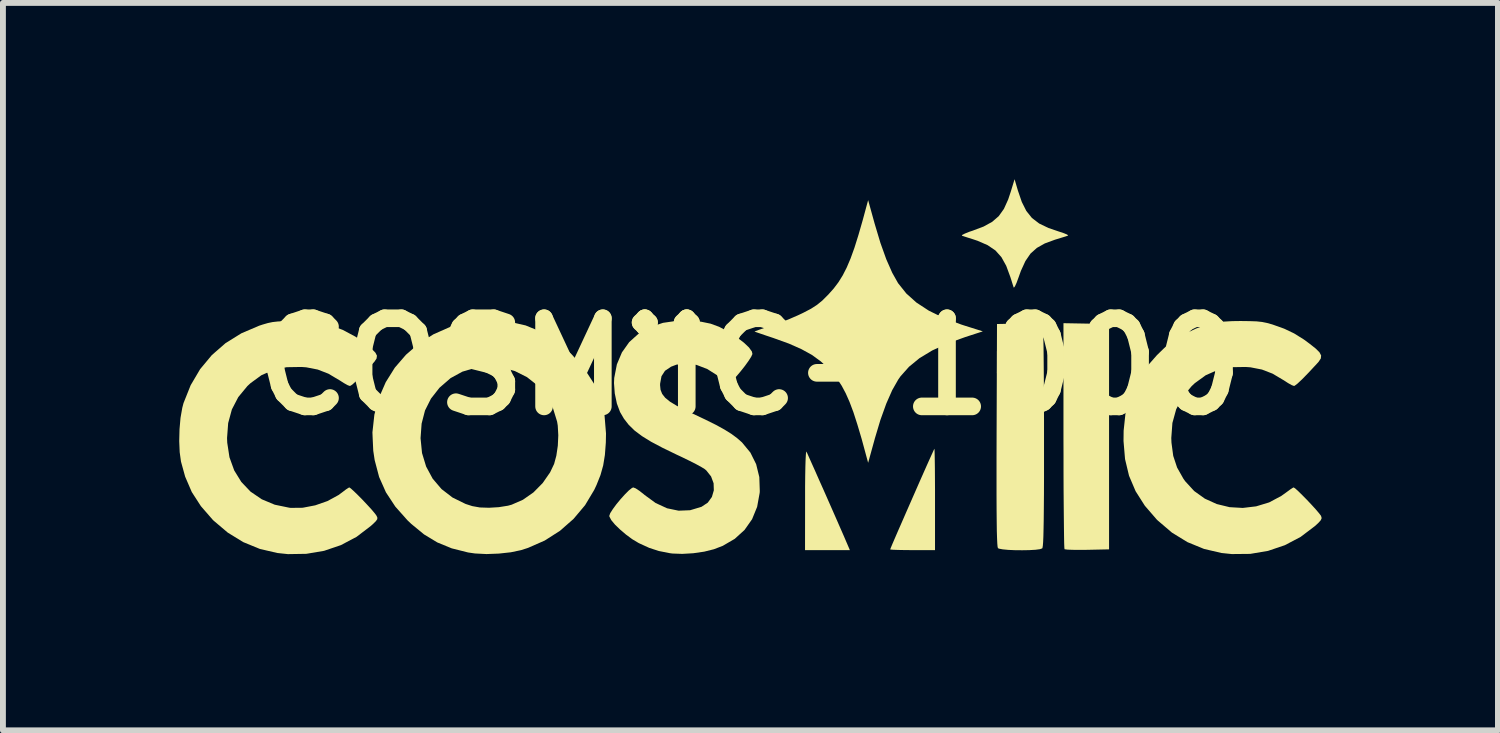
<source format=kicad_pcb>
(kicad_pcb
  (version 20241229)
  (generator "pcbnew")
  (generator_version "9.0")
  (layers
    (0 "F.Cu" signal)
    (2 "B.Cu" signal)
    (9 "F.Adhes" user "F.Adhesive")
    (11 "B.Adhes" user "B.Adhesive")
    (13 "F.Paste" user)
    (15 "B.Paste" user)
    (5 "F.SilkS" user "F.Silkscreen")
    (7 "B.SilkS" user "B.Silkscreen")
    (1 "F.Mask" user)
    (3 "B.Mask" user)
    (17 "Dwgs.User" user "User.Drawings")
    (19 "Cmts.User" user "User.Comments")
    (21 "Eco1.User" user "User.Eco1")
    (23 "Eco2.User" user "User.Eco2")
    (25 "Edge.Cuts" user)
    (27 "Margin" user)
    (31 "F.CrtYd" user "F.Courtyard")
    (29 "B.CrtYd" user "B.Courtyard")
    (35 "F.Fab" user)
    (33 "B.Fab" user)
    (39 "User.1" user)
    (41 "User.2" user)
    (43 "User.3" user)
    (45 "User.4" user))
  (footprint "COSMiiC-1000"
    (layer "F.Cu")
    (at 9.709 3.188)
    (property "Reference" "COSMiiC-1000" (at 0 0 0) (layer "F.SilkS") (effects (font (size 1.5 1.5) (thickness 0.3))))
    (attr board_only exclude_from_pos_files exclude_from_bom)
    (fp_poly (pts (xy 5.727 -0.731) (xy 6.115 -0.724) (xy 6.115 1.194) (xy 6.115 3.111) (xy 5.745 3.119) (xy 5.612 3.12) (xy 5.498 3.119) (xy 5.412 3.116) (xy 5.364 3.11) (xy 5.357 3.108) (xy 5.354 3.08) (xy 5.351 3.006) (xy 5.349 2.889) (xy 5.347 2.732) (xy 5.345 2.541) (xy 5.343 2.319) (xy 5.341 2.07) (xy 5.34 1.798) (xy 5.34 1.506) (xy 5.339 1.2) (xy 5.339 1.176) (xy 5.339 -0.738)) (stroke (width 0) (type solid)) (fill yes) (layer "F.SilkS"))
    (fp_poly (pts (xy 0.979 1.477) (xy 1.01 1.547) (xy 1.056 1.65) (xy 1.114 1.779) (xy 1.18 1.929) (xy 1.253 2.092) (xy 1.328 2.262) (xy 1.403 2.432) (xy 1.475 2.596) (xy 1.541 2.747) (xy 1.599 2.879) (xy 1.644 2.984) (xy 1.669 3.042) (xy 1.704 3.124) (xy 1.322 3.124) (xy 0.941 3.124) (xy 0.942 2.267) (xy 0.942 2.049) (xy 0.944 1.858) (xy 0.947 1.698) (xy 0.951 1.574) (xy 0.956 1.49) (xy 0.961 1.45) (xy 0.965 1.448)) (stroke (width 0) (type solid)) (fill yes) (layer "F.SilkS"))
    (fp_poly (pts (xy 3.145 1.421) (xy 3.147 1.488) (xy 3.149 1.594) (xy 3.151 1.734) (xy 3.152 1.902) (xy 3.153 2.092) (xy 3.153 2.256) (xy 3.153 3.124) (xy 2.771 3.124) (xy 2.639 3.123) (xy 2.526 3.121) (xy 2.442 3.118) (xy 2.396 3.114) (xy 2.39 3.112) (xy 2.4 3.086) (xy 2.427 3.021) (xy 2.47 2.921) (xy 2.525 2.794) (xy 2.59 2.646) (xy 2.661 2.483) (xy 2.736 2.312) (xy 2.812 2.139) (xy 2.886 1.97) (xy 2.956 1.812) (xy 3.019 1.67) (xy 3.072 1.552) (xy 3.112 1.464) (xy 3.136 1.411) (xy 3.142 1.399)) (stroke (width 0) (type solid)) (fill yes) (layer "F.SilkS"))
    (fp_poly (pts (xy 4.563 -2.997) (xy 4.63 -2.801) (xy 4.707 -2.648) (xy 4.803 -2.528) (xy 4.926 -2.434) (xy 5.084 -2.358) (xy 5.263 -2.297) (xy 5.347 -2.269) (xy 5.402 -2.246) (xy 5.419 -2.23) (xy 5.416 -2.228) (xy 5.374 -2.214) (xy 5.299 -2.191) (xy 5.205 -2.162) (xy 5.192 -2.158) (xy 5.021 -2.095) (xy 4.886 -2.019) (xy 4.778 -1.922) (xy 4.691 -1.795) (xy 4.615 -1.629) (xy 4.573 -1.512) (xy 4.541 -1.425) (xy 4.514 -1.366) (xy 4.496 -1.343) (xy 4.492 -1.346) (xy 4.477 -1.391) (xy 4.454 -1.465) (xy 4.435 -1.524) (xy 4.365 -1.714) (xy 4.283 -1.862) (xy 4.181 -1.976) (xy 4.048 -2.066) (xy 3.878 -2.14) (xy 3.788 -2.17) (xy 3.705 -2.196) (xy 3.638 -2.218) (xy 3.61 -2.227) (xy 3.616 -2.24) (xy 3.661 -2.263) (xy 3.738 -2.294) (xy 3.793 -2.312) (xy 3.981 -2.383) (xy 4.126 -2.463) (xy 4.238 -2.56) (xy 4.326 -2.684) (xy 4.398 -2.843) (xy 4.441 -2.972) (xy 4.507 -3.188)) (stroke (width 0) (type solid)) (fill yes) (layer "F.SilkS"))
    (fp_poly (pts (xy 4.858 -0.731) (xy 4.932 -0.725) (xy 4.974 -0.716) (xy 4.987 -0.706) (xy 4.991 -0.675) (xy 4.994 -0.599) (xy 4.997 -0.479) (xy 5 -0.321) (xy 5.002 -0.128) (xy 5.004 0.095) (xy 5.006 0.345) (xy 5.007 0.617) (xy 5.008 0.907) (xy 5.008 1.195) (xy 5.008 1.569) (xy 5.008 1.895) (xy 5.007 2.176) (xy 5.005 2.413) (xy 5.003 2.611) (xy 5 2.77) (xy 4.997 2.895) (xy 4.993 2.987) (xy 4.988 3.049) (xy 4.982 3.084) (xy 4.978 3.094) (xy 4.939 3.108) (xy 4.862 3.118) (xy 4.757 3.124) (xy 4.638 3.126) (xy 4.515 3.125) (xy 4.4 3.12) (xy 4.306 3.111) (xy 4.242 3.099) (xy 4.224 3.09) (xy 4.218 3.067) (xy 4.213 3.012) (xy 4.209 2.924) (xy 4.205 2.799) (xy 4.203 2.636) (xy 4.201 2.433) (xy 4.2 2.187) (xy 4.2 1.897) (xy 4.2 1.561) (xy 4.201 1.175) (xy 4.201 1.166) (xy 4.208 -0.724) (xy 4.587 -0.731) (xy 4.745 -0.733)) (stroke (width 0) (type solid)) (fill yes) (layer "F.SilkS"))
    (fp_poly (pts (xy 2.126 -2.431) (xy 2.224 -2.104) (xy 2.324 -1.825) (xy 2.425 -1.596) (xy 2.526 -1.416) (xy 2.527 -1.416) (xy 2.665 -1.243) (xy 2.837 -1.089) (xy 3.048 -0.951) (xy 3.301 -0.827) (xy 3.6 -0.715) (xy 3.665 -0.694) (xy 3.967 -0.599) (xy 3.668 -0.502) (xy 3.363 -0.392) (xy 3.104 -0.273) (xy 2.888 -0.142) (xy 2.71 0.004) (xy 2.566 0.166) (xy 2.527 0.222) (xy 2.425 0.401) (xy 2.324 0.63) (xy 2.224 0.908) (xy 2.126 1.235) (xy 2.126 1.237) (xy 2.015 1.638) (xy 1.984 1.524) (xy 1.905 1.233) (xy 1.832 0.987) (xy 1.765 0.779) (xy 1.699 0.603) (xy 1.633 0.454) (xy 1.564 0.325) (xy 1.489 0.211) (xy 1.406 0.107) (xy 1.34 0.034) (xy 1.208 -0.089) (xy 1.058 -0.198) (xy 0.88 -0.296) (xy 0.668 -0.39) (xy 0.413 -0.482) (xy 0.402 -0.486) (xy 0.285 -0.525) (xy 0.186 -0.559) (xy 0.116 -0.583) (xy 0.083 -0.595) (xy 0.082 -0.596) (xy 0.102 -0.605) (xy 0.162 -0.627) (xy 0.251 -0.658) (xy 0.363 -0.694) (xy 0.368 -0.695) (xy 0.516 -0.747) (xy 0.68 -0.811) (xy 0.833 -0.878) (xy 0.911 -0.915) (xy 1.043 -0.984) (xy 1.145 -1.05) (xy 1.236 -1.124) (xy 1.332 -1.22) (xy 1.337 -1.225) (xy 1.428 -1.327) (xy 1.509 -1.434) (xy 1.582 -1.551) (xy 1.65 -1.684) (xy 1.716 -1.839) (xy 1.782 -2.022) (xy 1.85 -2.239) (xy 1.924 -2.496) (xy 1.984 -2.718) (xy 2.015 -2.832)) (stroke (width 0) (type solid)) (fill yes) (layer "F.SilkS"))
    (fp_poly (pts (xy -4.104 -0.765) (xy -3.814 -0.7) (xy -3.544 -0.589) (xy -3.29 -0.432) (xy -3.049 -0.226) (xy -3.026 -0.203) (xy -2.816 0.035) (xy -2.654 0.285) (xy -2.54 0.549) (xy -2.471 0.832) (xy -2.446 1.139) (xy -2.449 1.295) (xy -2.465 1.505) (xy -2.494 1.683) (xy -2.54 1.847) (xy -2.607 2.015) (xy -2.646 2.098) (xy -2.802 2.359) (xy -2.999 2.593) (xy -3.229 2.795) (xy -3.489 2.961) (xy -3.773 3.086) (xy -3.891 3.124) (xy -4.067 3.161) (xy -4.27 3.183) (xy -4.48 3.191) (xy -4.675 3.181) (xy -4.793 3.164) (xy -5.071 3.094) (xy -5.317 2.993) (xy -5.542 2.857) (xy -5.76 2.678) (xy -5.825 2.616) (xy -6.031 2.384) (xy -6.191 2.141) (xy -6.307 1.88) (xy -6.383 1.592) (xy -6.407 1.432) (xy -6.417 1.219) (xy -5.602 1.219) (xy -5.577 1.472) (xy -5.507 1.702) (xy -5.396 1.908) (xy -5.245 2.085) (xy -5.058 2.229) (xy -4.836 2.338) (xy -4.722 2.375) (xy -4.593 2.398) (xy -4.436 2.403) (xy -4.27 2.393) (xy -4.114 2.368) (xy -4.052 2.351) (xy -3.86 2.267) (xy -3.681 2.142) (xy -3.524 1.983) (xy -3.397 1.8) (xy -3.329 1.657) (xy -3.291 1.516) (xy -3.266 1.347) (xy -3.258 1.17) (xy -3.267 1.006) (xy -3.278 0.938) (xy -3.35 0.704) (xy -3.463 0.497) (xy -3.612 0.321) (xy -3.791 0.18) (xy -3.996 0.077) (xy -4.224 0.016) (xy -4.421 -0.000001) (xy -4.668 0.021) (xy -4.89 0.087) (xy -5.091 0.197) (xy -5.272 0.354) (xy -5.28 0.361) (xy -5.425 0.546) (xy -5.526 0.747) (xy -5.584 0.971) (xy -5.602 1.219) (xy -6.417 1.219) (xy -6.421 1.12) (xy -6.388 0.819) (xy -6.311 0.533) (xy -6.194 0.265) (xy -6.04 0.019) (xy -5.851 -0.2) (xy -5.631 -0.391) (xy -5.384 -0.548) (xy -5.113 -0.668) (xy -4.821 -0.749) (xy -4.511 -0.785) (xy -4.419 -0.787)) (stroke (width 0) (type solid)) (fill yes) (layer "F.SilkS"))
    (fp_poly (pts (xy -7.573 -0.774) (xy -7.454 -0.769) (xy -7.361 -0.76) (xy -7.279 -0.745) (xy -7.196 -0.723) (xy -7.171 -0.715) (xy -6.924 -0.623) (xy -6.709 -0.508) (xy -6.531 -0.381) (xy -6.431 -0.298) (xy -6.37 -0.236) (xy -6.344 -0.185) (xy -6.351 -0.136) (xy -6.388 -0.081) (xy -6.422 -0.044) (xy -6.546 0.09) (xy -6.641 0.189) (xy -6.711 0.259) (xy -6.759 0.303) (xy -6.791 0.325) (xy -6.807 0.33) (xy -6.843 0.317) (xy -6.907 0.281) (xy -6.985 0.231) (xy -6.986 0.231) (xy -7.171 0.121) (xy -7.352 0.051) (xy -7.547 0.013) (xy -7.629 0.007) (xy -7.881 0.011) (xy -8.108 0.058) (xy -8.311 0.148) (xy -8.496 0.283) (xy -8.55 0.333) (xy -8.704 0.52) (xy -8.813 0.73) (xy -8.876 0.962) (xy -8.895 1.217) (xy -8.892 1.295) (xy -8.854 1.544) (xy -8.773 1.768) (xy -8.652 1.964) (xy -8.495 2.129) (xy -8.304 2.259) (xy -8.084 2.351) (xy -7.837 2.402) (xy -7.813 2.405) (xy -7.609 2.403) (xy -7.395 2.362) (xy -7.186 2.289) (xy -6.999 2.187) (xy -6.931 2.137) (xy -6.871 2.091) (xy -6.826 2.062) (xy -6.814 2.057) (xy -6.788 2.075) (xy -6.736 2.122) (xy -6.667 2.189) (xy -6.589 2.268) (xy -6.511 2.351) (xy -6.44 2.428) (xy -6.386 2.492) (xy -6.356 2.531) (xy -6.338 2.567) (xy -6.338 2.596) (xy -6.362 2.631) (xy -6.415 2.683) (xy -6.45 2.714) (xy -6.691 2.898) (xy -6.958 3.039) (xy -7.244 3.136) (xy -7.546 3.187) (xy -7.859 3.192) (xy -8.039 3.173) (xy -8.336 3.104) (xy -8.619 2.988) (xy -8.883 2.826) (xy -9.124 2.622) (xy -9.14 2.606) (xy -9.34 2.376) (xy -9.495 2.136) (xy -9.608 1.874) (xy -9.679 1.617) (xy -9.701 1.457) (xy -9.709 1.268) (xy -9.704 1.068) (xy -9.687 0.873) (xy -9.657 0.702) (xy -9.636 0.622) (xy -9.514 0.317) (xy -9.353 0.044) (xy -9.154 -0.195) (xy -8.92 -0.399) (xy -8.651 -0.566) (xy -8.349 -0.695) (xy -8.288 -0.715) (xy -8.202 -0.74) (xy -8.121 -0.757) (xy -8.032 -0.767) (xy -7.921 -0.773) (xy -7.776 -0.775) (xy -7.729 -0.775)) (stroke (width 0) (type solid)) (fill yes) (layer "F.SilkS"))
    (fp_poly (pts (xy 8.507 -0.773) (xy 8.624 -0.769) (xy 8.718 -0.759) (xy 8.802 -0.742) (xy 8.888 -0.718) (xy 8.898 -0.715) (xy 9.094 -0.645) (xy 9.264 -0.564) (xy 9.431 -0.46) (xy 9.527 -0.389) (xy 9.632 -0.306) (xy 9.696 -0.242) (xy 9.724 -0.189) (xy 9.719 -0.138) (xy 9.682 -0.082) (xy 9.658 -0.055) (xy 9.514 0.1) (xy 9.402 0.215) (xy 9.321 0.291) (xy 9.273 0.327) (xy 9.262 0.33) (xy 9.225 0.317) (xy 9.161 0.281) (xy 9.084 0.231) (xy 9.083 0.231) (xy 8.898 0.121) (xy 8.717 0.051) (xy 8.522 0.013) (xy 8.44 0.007) (xy 8.189 0.011) (xy 7.964 0.058) (xy 7.76 0.148) (xy 7.574 0.283) (xy 7.519 0.335) (xy 7.365 0.52) (xy 7.257 0.728) (xy 7.193 0.96) (xy 7.174 1.216) (xy 7.177 1.295) (xy 7.207 1.52) (xy 7.273 1.719) (xy 7.379 1.907) (xy 7.41 1.951) (xy 7.563 2.118) (xy 7.745 2.248) (xy 7.948 2.34) (xy 8.166 2.393) (xy 8.391 2.406) (xy 8.618 2.379) (xy 8.839 2.312) (xy 9.046 2.202) (xy 9.138 2.136) (xy 9.199 2.091) (xy 9.244 2.062) (xy 9.257 2.057) (xy 9.284 2.075) (xy 9.336 2.122) (xy 9.405 2.19) (xy 9.484 2.27) (xy 9.563 2.354) (xy 9.634 2.432) (xy 9.69 2.498) (xy 9.722 2.54) (xy 9.724 2.546) (xy 9.733 2.579) (xy 9.719 2.614) (xy 9.677 2.661) (xy 9.618 2.715) (xy 9.375 2.899) (xy 9.107 3.04) (xy 8.82 3.137) (xy 8.517 3.188) (xy 8.203 3.191) (xy 8.029 3.173) (xy 7.732 3.104) (xy 7.449 2.988) (xy 7.185 2.826) (xy 6.946 2.622) (xy 6.928 2.605) (xy 6.724 2.369) (xy 6.567 2.122) (xy 6.455 1.859) (xy 6.387 1.575) (xy 6.361 1.267) (xy 6.363 1.092) (xy 6.395 0.792) (xy 6.464 0.522) (xy 6.573 0.273) (xy 6.726 0.038) (xy 6.927 -0.191) (xy 6.94 -0.204) (xy 7.053 -0.314) (xy 7.146 -0.395) (xy 7.232 -0.46) (xy 7.327 -0.516) (xy 7.424 -0.566) (xy 7.594 -0.646) (xy 7.742 -0.703) (xy 7.884 -0.741) (xy 8.035 -0.763) (xy 8.211 -0.773) (xy 8.352 -0.775)) (stroke (width 0) (type solid)) (fill yes) (layer "F.SilkS"))
    (fp_poly (pts (xy -0.827 -0.763) (xy -0.667 -0.73) (xy -0.522 -0.677) (xy -0.374 -0.599) (xy -0.362 -0.591) (xy -0.218 -0.497) (xy -0.1 -0.407) (xy -0.014 -0.326) (xy 0.036 -0.257) (xy 0.046 -0.214) (xy 0.026 -0.169) (xy -0.019 -0.098) (xy -0.081 -0.012) (xy -0.152 0.078) (xy -0.222 0.161) (xy -0.284 0.227) (xy -0.328 0.263) (xy -0.334 0.267) (xy -0.379 0.259) (xy -0.454 0.218) (xy -0.541 0.157) (xy -0.723 0.042) (xy -0.905 -0.028) (xy -1.081 -0.053) (xy -1.248 -0.032) (xy -1.34 0.003) (xy -1.442 0.072) (xy -1.502 0.165) (xy -1.525 0.29) (xy -1.526 0.316) (xy -1.518 0.395) (xy -1.49 0.466) (xy -1.439 0.531) (xy -1.358 0.597) (xy -1.241 0.668) (xy -1.085 0.747) (xy -0.973 0.8) (xy -0.753 0.904) (xy -0.574 0.993) (xy -0.429 1.073) (xy -0.312 1.146) (xy -0.216 1.217) (xy -0.134 1.289) (xy -0.131 1.292) (xy 0.011 1.464) (xy 0.109 1.661) (xy 0.163 1.881) (xy 0.171 2.119) (xy 0.169 2.15) (xy 0.126 2.387) (xy 0.04 2.598) (xy -0.088 2.78) (xy -0.255 2.932) (xy -0.459 3.051) (xy -0.61 3.109) (xy -0.775 3.15) (xy -0.961 3.177) (xy -1.148 3.188) (xy -1.314 3.182) (xy -1.36 3.176) (xy -1.547 3.139) (xy -1.71 3.086) (xy -1.876 3.01) (xy -1.894 3.001) (xy -1.998 2.939) (xy -2.104 2.861) (xy -2.205 2.775) (xy -2.292 2.691) (xy -2.356 2.614) (xy -2.388 2.554) (xy -2.39 2.54) (xy -2.374 2.495) (xy -2.33 2.426) (xy -2.269 2.343) (xy -2.197 2.256) (xy -2.123 2.174) (xy -2.056 2.107) (xy -2.004 2.066) (xy -1.982 2.057) (xy -1.941 2.073) (xy -1.876 2.116) (xy -1.801 2.175) (xy -1.791 2.184) (xy -1.602 2.322) (xy -1.407 2.412) (xy -1.21 2.453) (xy -1.014 2.445) (xy -0.821 2.387) (xy -0.714 2.316) (xy -0.644 2.219) (xy -0.611 2.106) (xy -0.615 1.986) (xy -0.658 1.87) (xy -0.74 1.767) (xy -0.769 1.743) (xy -0.82 1.712) (xy -0.907 1.664) (xy -1.021 1.606) (xy -1.152 1.542) (xy -1.246 1.498) (xy -1.483 1.383) (xy -1.678 1.28) (xy -1.835 1.183) (xy -1.961 1.088) (xy -2.061 0.99) (xy -2.141 0.887) (xy -2.207 0.774) (xy -2.261 0.629) (xy -2.297 0.457) (xy -2.31 0.281) (xy -2.306 0.194) (xy -2.261 -0.037) (xy -2.175 -0.241) (xy -2.051 -0.416) (xy -1.891 -0.56) (xy -1.698 -0.67) (xy -1.476 -0.744) (xy -1.227 -0.78) (xy -1.02 -0.78)) (stroke (width 0) (type solid)) (fill yes) (layer "F.SilkS")))
  (gr_rect
    (start -3 -3)
    (end 22.442 9.379)
    (stroke (width 0.1) (type default))
    (fill no)
    (layer "Edge.Cuts")))
</source>
